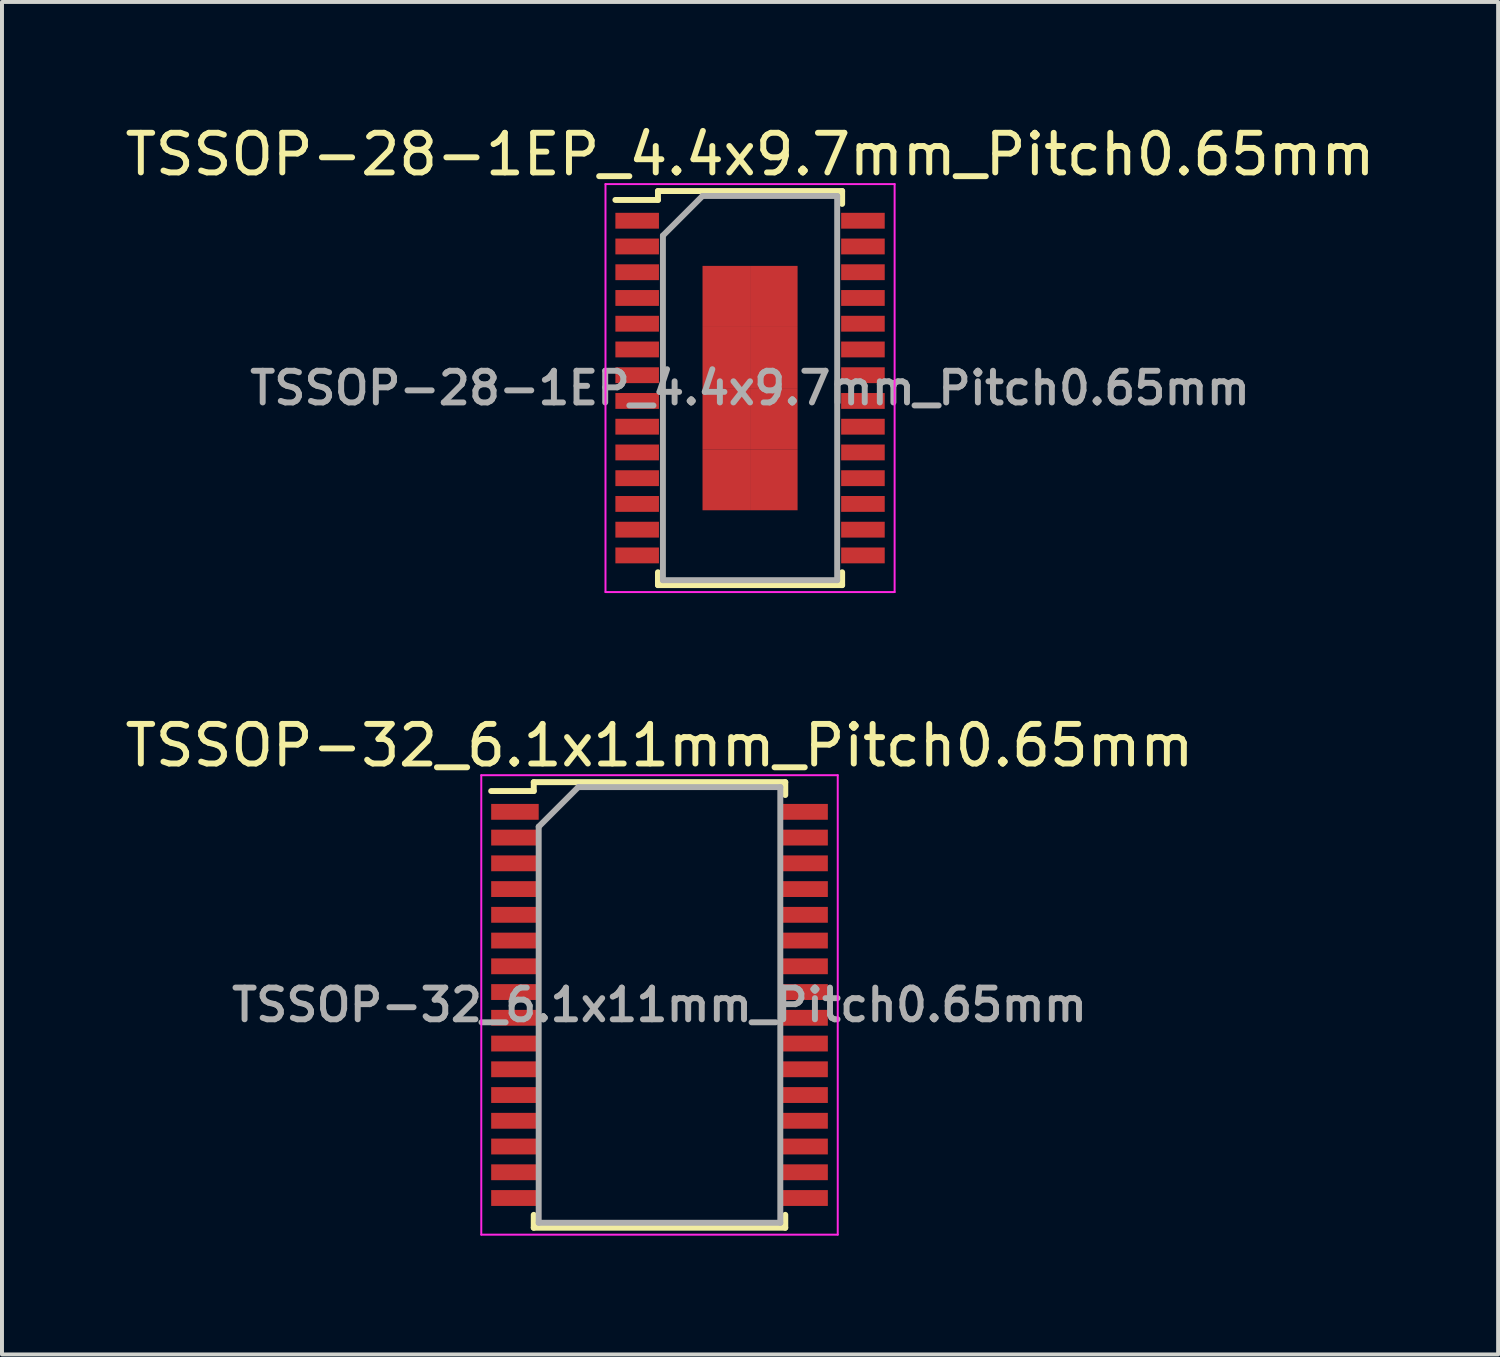
<source format=kicad_pcb>
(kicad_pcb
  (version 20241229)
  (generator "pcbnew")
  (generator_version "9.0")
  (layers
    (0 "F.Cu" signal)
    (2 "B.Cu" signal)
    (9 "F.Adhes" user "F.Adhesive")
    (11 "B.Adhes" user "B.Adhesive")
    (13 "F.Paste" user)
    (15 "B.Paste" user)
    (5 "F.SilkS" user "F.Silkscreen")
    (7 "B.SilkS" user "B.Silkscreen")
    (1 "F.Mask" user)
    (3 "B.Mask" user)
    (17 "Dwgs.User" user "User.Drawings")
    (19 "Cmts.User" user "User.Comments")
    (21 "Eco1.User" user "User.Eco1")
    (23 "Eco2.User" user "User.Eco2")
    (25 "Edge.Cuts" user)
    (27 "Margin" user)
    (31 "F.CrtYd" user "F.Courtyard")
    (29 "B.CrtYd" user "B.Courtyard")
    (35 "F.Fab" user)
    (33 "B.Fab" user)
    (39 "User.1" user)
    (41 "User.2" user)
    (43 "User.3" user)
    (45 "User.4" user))
  (footprint "TSSOP-32_6.1x11mm_Pitch0.65mm"
    (layer "F.Cu")
    (at 13.601 22.322)
    (property "Reference" "TSSOP-32_6.1x11mm_Pitch0.65mm" (at 0 -6.55 0) (layer "F.SilkS") (effects (font (size 1 1) (thickness 0.15))))
    (attr smd)
    (fp_line (start -3.175 -5.625) (end -3.175 -5.4) (stroke (width 0.15) (type solid)) (layer "F.SilkS"))
    (fp_line (start -3.175 -5.625) (end 3.175 -5.625) (stroke (width 0.15) (type solid)) (layer "F.SilkS"))
    (fp_line (start -3.175 -5.4) (end -4.25 -5.4) (stroke (width 0.15) (type solid)) (layer "F.SilkS"))
    (fp_line (start -3.175 5.625) (end -3.175 5.3) (stroke (width 0.15) (type solid)) (layer "F.SilkS"))
    (fp_line (start -3.175 5.625) (end 3.175 5.625) (stroke (width 0.15) (type solid)) (layer "F.SilkS"))
    (fp_line (start 3.175 -5.625) (end 3.175 -5.3) (stroke (width 0.15) (type solid)) (layer "F.SilkS"))
    (fp_line (start 3.175 5.625) (end 3.175 5.3) (stroke (width 0.15) (type solid)) (layer "F.SilkS"))
    (fp_line (start -4.5 -5.8) (end -4.5 5.8) (stroke (width 0.05) (type solid)) (layer "F.CrtYd"))
    (fp_line (start -4.5 -5.8) (end 4.5 -5.8) (stroke (width 0.05) (type solid)) (layer "F.CrtYd"))
    (fp_line (start -4.5 5.8) (end 4.5 5.8) (stroke (width 0.05) (type solid)) (layer "F.CrtYd"))
    (fp_line (start 4.5 -5.8) (end 4.5 5.8) (stroke (width 0.05) (type solid)) (layer "F.CrtYd"))
    (fp_line (start -3.05 -4.5) (end -2.05 -5.5) (stroke (width 0.15) (type solid)) (layer "F.Fab"))
    (fp_line (start -3.05 5.5) (end -3.05 -4.5) (stroke (width 0.15) (type solid)) (layer "F.Fab"))
    (fp_line (start -2.05 -5.5) (end 3.05 -5.5) (stroke (width 0.15) (type solid)) (layer "F.Fab"))
    (fp_line (start 3.05 -5.5) (end 3.05 5.5) (stroke (width 0.15) (type solid)) (layer "F.Fab"))
    (fp_line (start 3.05 5.5) (end -3.05 5.5) (stroke (width 0.15) (type solid)) (layer "F.Fab"))
    (fp_text user "${REFERENCE}" (at 0 0 0) (layer "F.Fab") (effects (font (size 0.8 0.8) (thickness 0.15))))
    (pad "1" smd rect (at -3.65 -4.875) (size 1.2 0.4) (layers "F.Cu" "F.Mask" "F.Paste"))
    (pad "2" smd rect (at -3.65 -4.225) (size 1.2 0.4) (layers "F.Cu" "F.Mask" "F.Paste"))
    (pad "3" smd rect (at -3.65 -3.575) (size 1.2 0.4) (layers "F.Cu" "F.Mask" "F.Paste"))
    (pad "4" smd rect (at -3.65 -2.925) (size 1.2 0.4) (layers "F.Cu" "F.Mask" "F.Paste"))
    (pad "5" smd rect (at -3.65 -2.275) (size 1.2 0.4) (layers "F.Cu" "F.Mask" "F.Paste"))
    (pad "6" smd rect (at -3.65 -1.625) (size 1.2 0.4) (layers "F.Cu" "F.Mask" "F.Paste"))
    (pad "7" smd rect (at -3.65 -0.975) (size 1.2 0.4) (layers "F.Cu" "F.Mask" "F.Paste"))
    (pad "8" smd rect (at -3.65 -0.325) (size 1.2 0.4) (layers "F.Cu" "F.Mask" "F.Paste"))
    (pad "9" smd rect (at -3.65 0.325) (size 1.2 0.4) (layers "F.Cu" "F.Mask" "F.Paste"))
    (pad "10" smd rect (at -3.65 0.975) (size 1.2 0.4) (layers "F.Cu" "F.Mask" "F.Paste"))
    (pad "11" smd rect (at -3.65 1.625) (size 1.2 0.4) (layers "F.Cu" "F.Mask" "F.Paste"))
    (pad "12" smd rect (at -3.65 2.275) (size 1.2 0.4) (layers "F.Cu" "F.Mask" "F.Paste"))
    (pad "13" smd rect (at -3.65 2.925) (size 1.2 0.4) (layers "F.Cu" "F.Mask" "F.Paste"))
    (pad "14" smd rect (at -3.65 3.575) (size 1.2 0.4) (layers "F.Cu" "F.Mask" "F.Paste"))
    (pad "15" smd rect (at -3.65 4.225) (size 1.2 0.4) (layers "F.Cu" "F.Mask" "F.Paste"))
    (pad "16" smd rect (at -3.65 4.875) (size 1.2 0.4) (layers "F.Cu" "F.Mask" "F.Paste"))
    (pad "17" smd rect (at 3.65 4.875) (size 1.2 0.4) (layers "F.Cu" "F.Mask" "F.Paste"))
    (pad "18" smd rect (at 3.65 4.225) (size 1.2 0.4) (layers "F.Cu" "F.Mask" "F.Paste"))
    (pad "19" smd rect (at 3.65 3.575) (size 1.2 0.4) (layers "F.Cu" "F.Mask" "F.Paste"))
    (pad "20" smd rect (at 3.65 2.925) (size 1.2 0.4) (layers "F.Cu" "F.Mask" "F.Paste"))
    (pad "21" smd rect (at 3.65 2.275) (size 1.2 0.4) (layers "F.Cu" "F.Mask" "F.Paste"))
    (pad "22" smd rect (at 3.65 1.625) (size 1.2 0.4) (layers "F.Cu" "F.Mask" "F.Paste"))
    (pad "23" smd rect (at 3.65 0.975) (size 1.2 0.4) (layers "F.Cu" "F.Mask" "F.Paste"))
    (pad "24" smd rect (at 3.65 0.325) (size 1.2 0.4) (layers "F.Cu" "F.Mask" "F.Paste"))
    (pad "25" smd rect (at 3.65 -0.325) (size 1.2 0.4) (layers "F.Cu" "F.Mask" "F.Paste"))
    (pad "26" smd rect (at 3.65 -0.975) (size 1.2 0.4) (layers "F.Cu" "F.Mask" "F.Paste"))
    (pad "27" smd rect (at 3.65 -1.625) (size 1.2 0.4) (layers "F.Cu" "F.Mask" "F.Paste"))
    (pad "28" smd rect (at 3.65 -2.275) (size 1.2 0.4) (layers "F.Cu" "F.Mask" "F.Paste"))
    (pad "29" smd rect (at 3.65 -2.925) (size 1.2 0.4) (layers "F.Cu" "F.Mask" "F.Paste"))
    (pad "30" smd rect (at 3.65 -3.575) (size 1.2 0.4) (layers "F.Cu" "F.Mask" "F.Paste"))
    (pad "31" smd rect (at 3.65 -4.225) (size 1.2 0.4) (layers "F.Cu" "F.Mask" "F.Paste"))
    (pad "32" smd rect (at 3.65 -4.875) (size 1.2 0.4) (layers "F.Cu" "F.Mask" "F.Paste")))
  (footprint "TSSOP-28-1EP_4.4x9.7mm_Pitch0.65mm"
    (layer "F.Cu")
    (at 15.887 6.748)
    (property "Reference" "TSSOP-28-1EP_4.4x9.7mm_Pitch0.65mm" (at 0 -5.9 0) (layer "F.SilkS") (effects (font (size 1 1) (thickness 0.15))))
    (attr smd)
    (fp_line (start -2.325 -4.975) (end -2.325 -4.75) (stroke (width 0.15) (type solid)) (layer "F.SilkS"))
    (fp_line (start -2.325 -4.975) (end 2.325 -4.975) (stroke (width 0.15) (type solid)) (layer "F.SilkS"))
    (fp_line (start -2.325 -4.75) (end -3.4 -4.75) (stroke (width 0.15) (type solid)) (layer "F.SilkS"))
    (fp_line (start -2.325 4.975) (end -2.325 4.65) (stroke (width 0.15) (type solid)) (layer "F.SilkS"))
    (fp_line (start -2.325 4.975) (end 2.325 4.975) (stroke (width 0.15) (type solid)) (layer "F.SilkS"))
    (fp_line (start 2.325 -4.975) (end 2.325 -4.65) (stroke (width 0.15) (type solid)) (layer "F.SilkS"))
    (fp_line (start 2.325 4.975) (end 2.325 4.65) (stroke (width 0.15) (type solid)) (layer "F.SilkS"))
    (fp_line (start -3.65 -5.15) (end -3.65 5.15) (stroke (width 0.05) (type solid)) (layer "F.CrtYd"))
    (fp_line (start -3.65 -5.15) (end 3.65 -5.15) (stroke (width 0.05) (type solid)) (layer "F.CrtYd"))
    (fp_line (start -3.65 5.15) (end 3.65 5.15) (stroke (width 0.05) (type solid)) (layer "F.CrtYd"))
    (fp_line (start 3.65 -5.15) (end 3.65 5.15) (stroke (width 0.05) (type solid)) (layer "F.CrtYd"))
    (fp_line (start -2.2 -3.85) (end -1.2 -4.85) (stroke (width 0.15) (type solid)) (layer "F.Fab"))
    (fp_line (start -2.2 4.85) (end -2.2 -3.85) (stroke (width 0.15) (type solid)) (layer "F.Fab"))
    (fp_line (start -1.2 -4.85) (end 2.2 -4.85) (stroke (width 0.15) (type solid)) (layer "F.Fab"))
    (fp_line (start 2.2 -4.85) (end 2.2 4.85) (stroke (width 0.15) (type solid)) (layer "F.Fab"))
    (fp_line (start 2.2 4.85) (end -2.2 4.85) (stroke (width 0.15) (type solid)) (layer "F.Fab"))
    (fp_text user "${REFERENCE}" (at 0 0 0) (layer "F.Fab") (effects (font (size 0.8 0.8) (thickness 0.15))))
    (pad "1" smd rect (at -2.85 -4.225) (size 1.1 0.4) (layers "F.Cu" "F.Mask" "F.Paste"))
    (pad "2" smd rect (at -2.85 -3.575) (size 1.1 0.4) (layers "F.Cu" "F.Mask" "F.Paste"))
    (pad "3" smd rect (at -2.85 -2.925) (size 1.1 0.4) (layers "F.Cu" "F.Mask" "F.Paste"))
    (pad "4" smd rect (at -2.85 -2.275) (size 1.1 0.4) (layers "F.Cu" "F.Mask" "F.Paste"))
    (pad "5" smd rect (at -2.85 -1.625) (size 1.1 0.4) (layers "F.Cu" "F.Mask" "F.Paste"))
    (pad "6" smd rect (at -2.85 -0.975) (size 1.1 0.4) (layers "F.Cu" "F.Mask" "F.Paste"))
    (pad "7" smd rect (at -2.85 -0.325) (size 1.1 0.4) (layers "F.Cu" "F.Mask" "F.Paste"))
    (pad "8" smd rect (at -2.85 0.325) (size 1.1 0.4) (layers "F.Cu" "F.Mask" "F.Paste"))
    (pad "9" smd rect (at -2.85 0.975) (size 1.1 0.4) (layers "F.Cu" "F.Mask" "F.Paste"))
    (pad "10" smd rect (at -2.85 1.625) (size 1.1 0.4) (layers "F.Cu" "F.Mask" "F.Paste"))
    (pad "11" smd rect (at -2.85 2.275) (size 1.1 0.4) (layers "F.Cu" "F.Mask" "F.Paste"))
    (pad "12" smd rect (at -2.85 2.925) (size 1.1 0.4) (layers "F.Cu" "F.Mask" "F.Paste"))
    (pad "13" smd rect (at -2.85 3.575) (size 1.1 0.4) (layers "F.Cu" "F.Mask" "F.Paste"))
    (pad "14" smd rect (at -2.85 4.225) (size 1.1 0.4) (layers "F.Cu" "F.Mask" "F.Paste"))
    (pad "15" smd rect (at 2.85 4.225) (size 1.1 0.4) (layers "F.Cu" "F.Mask" "F.Paste"))
    (pad "16" smd rect (at 2.85 3.575) (size 1.1 0.4) (layers "F.Cu" "F.Mask" "F.Paste"))
    (pad "17" smd rect (at 2.85 2.925) (size 1.1 0.4) (layers "F.Cu" "F.Mask" "F.Paste"))
    (pad "18" smd rect (at 2.85 2.275) (size 1.1 0.4) (layers "F.Cu" "F.Mask" "F.Paste"))
    (pad "19" smd rect (at 2.85 1.625) (size 1.1 0.4) (layers "F.Cu" "F.Mask" "F.Paste"))
    (pad "20" smd rect (at 2.85 0.975) (size 1.1 0.4) (layers "F.Cu" "F.Mask" "F.Paste"))
    (pad "21" smd rect (at 2.85 0.325) (size 1.1 0.4) (layers "F.Cu" "F.Mask" "F.Paste"))
    (pad "22" smd rect (at 2.85 -0.325) (size 1.1 0.4) (layers "F.Cu" "F.Mask" "F.Paste"))
    (pad "23" smd rect (at 2.85 -0.975) (size 1.1 0.4) (layers "F.Cu" "F.Mask" "F.Paste"))
    (pad "24" smd rect (at 2.85 -1.625) (size 1.1 0.4) (layers "F.Cu" "F.Mask" "F.Paste"))
    (pad "25" smd rect (at 2.85 -2.275) (size 1.1 0.4) (layers "F.Cu" "F.Mask" "F.Paste"))
    (pad "26" smd rect (at 2.85 -2.925) (size 1.1 0.4) (layers "F.Cu" "F.Mask" "F.Paste"))
    (pad "27" smd rect (at 2.85 -3.575) (size 1.1 0.4) (layers "F.Cu" "F.Mask" "F.Paste"))
    (pad "28" smd rect (at 2.85 -4.225) (size 1.1 0.4) (layers "F.Cu" "F.Mask" "F.Paste"))
    (pad "29" smd rect (at -0.6 -2.314) (size 1.2 1.542) (layers "F.Cu" "F.Mask" "F.Paste"))
    (pad "29" smd rect (at -0.6 -0.771) (size 1.2 1.542) (layers "F.Cu" "F.Mask" "F.Paste"))
    (pad "29" smd rect (at -0.6 0.771) (size 1.2 1.542) (layers "F.Cu" "F.Mask" "F.Paste"))
    (pad "29" smd rect (at -0.6 2.314) (size 1.2 1.542) (layers "F.Cu" "F.Mask" "F.Paste"))
    (pad "29" smd rect (at 0.6 -2.314) (size 1.2 1.542) (layers "F.Cu" "F.Mask" "F.Paste"))
    (pad "29" smd rect (at 0.6 -0.771) (size 1.2 1.542) (layers "F.Cu" "F.Mask" "F.Paste"))
    (pad "29" smd rect (at 0.6 0.771) (size 1.2 1.542) (layers "F.Cu" "F.Mask" "F.Paste"))
    (pad "29" smd rect (at 0.6 2.314) (size 1.2 1.542) (layers "F.Cu" "F.Mask" "F.Paste")))
  (gr_rect
    (start -3 -3)
    (end 34.774 31.146)
    (stroke (width 0.1) (type default))
    (fill no)
    (layer "Edge.Cuts")))
</source>
